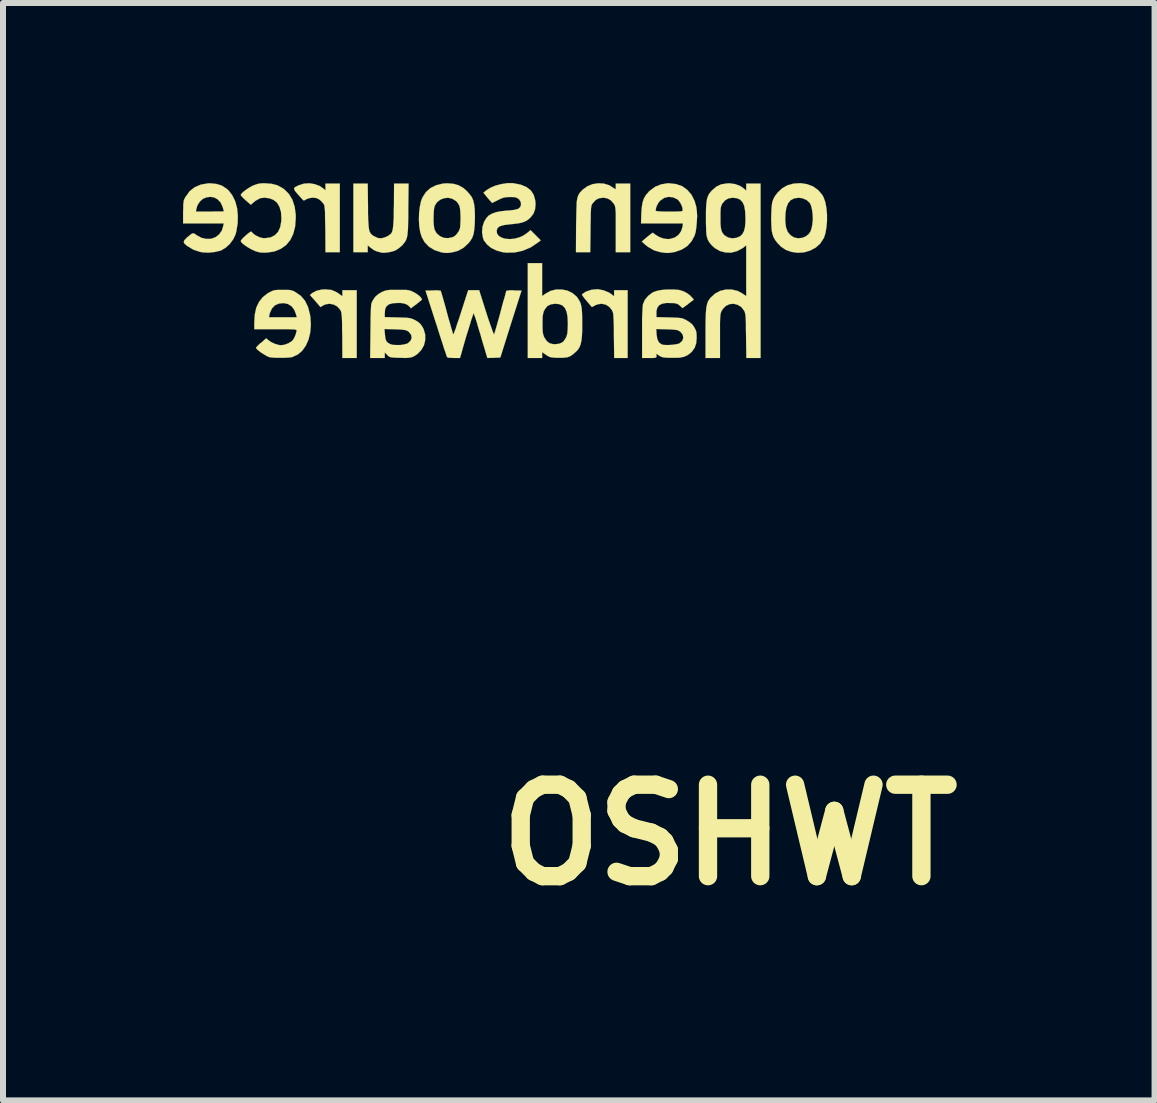
<source format=kicad_pcb>
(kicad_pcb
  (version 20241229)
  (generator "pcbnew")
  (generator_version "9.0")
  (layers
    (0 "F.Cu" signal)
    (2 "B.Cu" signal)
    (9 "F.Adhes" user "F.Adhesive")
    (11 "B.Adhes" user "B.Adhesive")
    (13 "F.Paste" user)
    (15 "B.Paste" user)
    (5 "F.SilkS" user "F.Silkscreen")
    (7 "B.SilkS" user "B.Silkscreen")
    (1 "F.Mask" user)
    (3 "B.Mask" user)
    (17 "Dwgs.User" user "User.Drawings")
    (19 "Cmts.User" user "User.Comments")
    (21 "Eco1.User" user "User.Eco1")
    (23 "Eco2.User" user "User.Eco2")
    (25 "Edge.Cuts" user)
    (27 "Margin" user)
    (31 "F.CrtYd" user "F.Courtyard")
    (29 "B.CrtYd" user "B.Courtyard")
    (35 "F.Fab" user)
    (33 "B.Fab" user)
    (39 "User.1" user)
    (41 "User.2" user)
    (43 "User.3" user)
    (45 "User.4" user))
  (footprint "OSHWT"
    (layer "F.Cu")
    (at 5.363 1.335)
    (property "Reference" "OSHWT" (at 3.747 9.525 0) (layer "F.SilkS") (effects (font (size 1.524 1.524) (thickness 0.305))))
    (attr through_hole)
    (fp_poly (pts (xy -2.469 1.58) (xy -2.588 1.58) (xy -2.708 1.58) (xy -2.71 1.201) (xy -2.713 1.09) (xy -2.713 1.001) (xy -2.715 0.932) (xy -2.718 0.881) (xy -2.723 0.846) (xy -2.725 0.82) (xy -2.733 0.8) (xy -2.741 0.782) (xy -2.748 0.772) (xy -2.794 0.721) (xy -2.857 0.688) (xy -2.926 0.676) (xy -2.995 0.688) (xy -3.028 0.704) (xy -3.073 0.732) (xy -3.16 0.63) (xy -3.249 0.531) (xy -3.211 0.498) (xy -3.139 0.46) (xy -3.048 0.439) (xy -2.985 0.437) (xy -2.888 0.447) (xy -2.802 0.485) (xy -2.756 0.516) (xy -2.708 0.551) (xy -2.708 0.5) (xy -2.708 0.45) (xy -2.588 0.45) (xy -2.469 0.45) (xy -2.469 1.016) (xy -2.469 1.58)) (stroke (width 0.003) (type solid)) (fill yes) (layer "F.SilkS"))
    (fp_poly (pts (xy -2.751 -0.183) (xy -2.87 -0.183) (xy -2.99 -0.183) (xy -2.992 -0.569) (xy -2.995 -0.683) (xy -2.997 -0.775) (xy -2.997 -0.843) (xy -3 -0.894) (xy -3.005 -0.932) (xy -3.007 -0.958) (xy -3.015 -0.975) (xy -3.023 -0.988) (xy -3.028 -0.996) (xy -3.061 -1.034) (xy -3.094 -1.062) (xy -3.142 -1.085) (xy -3.203 -1.092) (xy -3.264 -1.082) (xy -3.305 -1.067) (xy -3.335 -1.049) (xy -3.355 -1.044) (xy -3.355 -1.046) (xy -3.368 -1.057) (xy -3.396 -1.087) (xy -3.432 -1.128) (xy -3.449 -1.146) (xy -3.49 -1.194) (xy -3.51 -1.227) (xy -3.513 -1.25) (xy -3.495 -1.267) (xy -3.457 -1.288) (xy -3.429 -1.3) (xy -3.345 -1.326) (xy -3.256 -1.331) (xy -3.167 -1.316) (xy -3.084 -1.285) (xy -3.023 -1.242) (xy -2.99 -1.212) (xy -2.99 -1.267) (xy -2.99 -1.326) (xy -2.87 -1.326) (xy -2.751 -1.326) (xy -2.751 -0.754) (xy -2.751 -0.183)) (stroke (width 0.003) (type solid)) (fill yes) (layer "F.SilkS"))
    (fp_poly (pts (xy 2.045 1.58) (xy 1.933 1.58) (xy 1.821 1.58) (xy 1.816 1.209) (xy 1.816 1.095) (xy 1.814 1.008) (xy 1.811 0.94) (xy 1.808 0.889) (xy 1.806 0.851) (xy 1.801 0.826) (xy 1.793 0.803) (xy 1.783 0.785) (xy 1.783 0.782) (xy 1.74 0.729) (xy 1.681 0.691) (xy 1.613 0.676) (xy 1.544 0.686) (xy 1.496 0.706) (xy 1.466 0.724) (xy 1.448 0.732) (xy 1.448 0.729) (xy 1.438 0.719) (xy 1.415 0.691) (xy 1.379 0.65) (xy 1.364 0.632) (xy 1.328 0.589) (xy 1.3 0.551) (xy 1.285 0.528) (xy 1.283 0.523) (xy 1.295 0.511) (xy 1.326 0.49) (xy 1.356 0.472) (xy 1.448 0.442) (xy 1.547 0.434) (xy 1.643 0.452) (xy 1.735 0.49) (xy 1.77 0.513) (xy 1.819 0.551) (xy 1.819 0.5) (xy 1.819 0.45) (xy 1.933 0.45) (xy 2.045 0.45) (xy 2.045 1.016) (xy 2.045 1.58)) (stroke (width 0.003) (type solid)) (fill yes) (layer "F.SilkS"))
    (fp_poly (pts (xy 2.088 -0.183) (xy 1.968 -0.183) (xy 1.847 -0.183) (xy 1.847 -0.561) (xy 1.847 -0.676) (xy 1.847 -0.765) (xy 1.847 -0.831) (xy 1.844 -0.881) (xy 1.841 -0.917) (xy 1.836 -0.942) (xy 1.831 -0.96) (xy 1.824 -0.975) (xy 1.816 -0.988) (xy 1.768 -1.044) (xy 1.714 -1.077) (xy 1.651 -1.09) (xy 1.636 -1.09) (xy 1.57 -1.082) (xy 1.514 -1.054) (xy 1.466 -1.001) (xy 1.46 -0.996) (xy 1.453 -0.983) (xy 1.445 -0.968) (xy 1.44 -0.945) (xy 1.435 -0.914) (xy 1.433 -0.871) (xy 1.43 -0.813) (xy 1.43 -0.734) (xy 1.427 -0.632) (xy 1.427 -0.569) (xy 1.422 -0.183) (xy 1.303 -0.183) (xy 1.184 -0.183) (xy 1.186 -0.622) (xy 1.189 -0.754) (xy 1.191 -0.861) (xy 1.194 -0.947) (xy 1.196 -1.013) (xy 1.204 -1.067) (xy 1.214 -1.107) (xy 1.227 -1.138) (xy 1.242 -1.166) (xy 1.265 -1.191) (xy 1.29 -1.219) (xy 1.295 -1.224) (xy 1.372 -1.28) (xy 1.458 -1.316) (xy 1.554 -1.331) (xy 1.648 -1.326) (xy 1.74 -1.298) (xy 1.819 -1.247) (xy 1.824 -1.245) (xy 1.839 -1.232) (xy 1.847 -1.24) (xy 1.847 -1.267) (xy 1.847 -1.273) (xy 1.847 -1.326) (xy 1.968 -1.326) (xy 2.088 -1.326) (xy 2.088 -0.754) (xy 2.088 -0.183)) (stroke (width 0.003) (type solid)) (fill yes) (layer "F.SilkS"))
    (fp_poly (pts (xy -1.605 -1.326) (xy -1.61 -0.892) (xy -1.61 -0.762) (xy -1.613 -0.655) (xy -1.615 -0.572) (xy -1.621 -0.508) (xy -1.626 -0.455) (xy -1.636 -0.417) (xy -1.648 -0.384) (xy -1.664 -0.356) (xy -1.684 -0.33) (xy -1.709 -0.3) (xy -1.712 -0.297) (xy -1.755 -0.259) (xy -1.806 -0.224) (xy -1.826 -0.211) (xy -1.882 -0.193) (xy -1.946 -0.18) (xy -2.012 -0.173) (xy -2.062 -0.175) (xy -2.065 -0.178) (xy -2.139 -0.198) (xy -2.189 -0.221) (xy -2.233 -0.254) (xy -2.238 -0.257) (xy -2.286 -0.297) (xy -2.286 -0.241) (xy -2.286 -0.183) (xy -2.405 -0.183) (xy -2.525 -0.183) (xy -2.525 -0.754) (xy -2.525 -1.326) (xy -2.405 -1.326) (xy -2.286 -1.326) (xy -2.281 -0.947) (xy -2.281 -0.826) (xy -2.278 -0.726) (xy -2.273 -0.648) (xy -2.268 -0.589) (xy -2.261 -0.546) (xy -2.248 -0.513) (xy -2.233 -0.49) (xy -2.212 -0.47) (xy -2.187 -0.452) (xy -2.182 -0.45) (xy -2.116 -0.419) (xy -2.057 -0.414) (xy -1.994 -0.432) (xy -1.979 -0.439) (xy -1.943 -0.457) (xy -1.918 -0.475) (xy -1.895 -0.495) (xy -1.88 -0.523) (xy -1.869 -0.564) (xy -1.862 -0.615) (xy -1.857 -0.683) (xy -1.852 -0.772) (xy -1.852 -0.884) (xy -1.849 -0.947) (xy -1.847 -1.326) (xy -1.725 -1.326) (xy -1.605 -1.326)) (stroke (width 0.003) (type solid)) (fill yes) (layer "F.SilkS"))
    (fp_poly (pts (xy -3.485 -0.754) (xy -3.495 -0.612) (xy -3.526 -0.49) (xy -3.576 -0.386) (xy -3.645 -0.302) (xy -3.734 -0.239) (xy -3.838 -0.196) (xy -3.952 -0.178) (xy -4.011 -0.175) (xy -4.069 -0.178) (xy -4.1 -0.183) (xy -4.153 -0.198) (xy -4.211 -0.224) (xy -4.272 -0.257) (xy -4.326 -0.292) (xy -4.369 -0.325) (xy -4.397 -0.356) (xy -4.402 -0.371) (xy -4.392 -0.386) (xy -4.366 -0.417) (xy -4.328 -0.452) (xy -4.315 -0.465) (xy -4.272 -0.5) (xy -4.244 -0.521) (xy -4.227 -0.526) (xy -4.216 -0.518) (xy -4.216 -0.516) (xy -4.196 -0.495) (xy -4.163 -0.47) (xy -4.138 -0.455) (xy -4.082 -0.429) (xy -4.028 -0.417) (xy -3.993 -0.417) (xy -3.904 -0.429) (xy -3.833 -0.465) (xy -3.78 -0.521) (xy -3.744 -0.599) (xy -3.726 -0.699) (xy -3.724 -0.742) (xy -3.731 -0.853) (xy -3.757 -0.94) (xy -3.797 -1.008) (xy -3.856 -1.054) (xy -3.917 -1.079) (xy -4.003 -1.092) (xy -4.079 -1.082) (xy -4.153 -1.041) (xy -4.194 -1.008) (xy -4.234 -0.973) (xy -4.318 -1.046) (xy -4.356 -1.082) (xy -4.387 -1.115) (xy -4.402 -1.135) (xy -4.402 -1.138) (xy -4.389 -1.158) (xy -4.359 -1.189) (xy -4.315 -1.222) (xy -4.262 -1.257) (xy -4.209 -1.288) (xy -4.196 -1.293) (xy -4.143 -1.313) (xy -4.094 -1.326) (xy -4.039 -1.331) (xy -4 -1.331) (xy -3.889 -1.323) (xy -3.792 -1.298) (xy -3.708 -1.252) (xy -3.675 -1.229) (xy -3.599 -1.153) (xy -3.541 -1.057) (xy -3.503 -0.94) (xy -3.485 -0.805) (xy -3.485 -0.754)) (stroke (width 0.003) (type solid)) (fill yes) (layer "F.SilkS"))
    (fp_poly (pts (xy 5.367 -0.699) (xy 5.357 -0.592) (xy 5.339 -0.493) (xy 5.314 -0.417) (xy 5.311 -0.414) (xy 5.255 -0.328) (xy 5.179 -0.259) (xy 5.131 -0.234) (xy 5.131 -0.729) (xy 5.128 -0.81) (xy 5.118 -0.889) (xy 5.103 -0.955) (xy 5.083 -0.998) (xy 5.083 -1.001) (xy 5.027 -1.052) (xy 4.956 -1.082) (xy 4.895 -1.09) (xy 4.818 -1.079) (xy 4.76 -1.049) (xy 4.717 -0.996) (xy 4.689 -0.922) (xy 4.674 -0.823) (xy 4.674 -0.798) (xy 4.671 -0.724) (xy 4.676 -0.655) (xy 4.684 -0.599) (xy 4.684 -0.597) (xy 4.712 -0.521) (xy 4.76 -0.465) (xy 4.821 -0.427) (xy 4.889 -0.414) (xy 4.963 -0.424) (xy 5.014 -0.447) (xy 5.06 -0.483) (xy 5.093 -0.528) (xy 5.113 -0.594) (xy 5.123 -0.648) (xy 5.131 -0.729) (xy 5.131 -0.234) (xy 5.088 -0.211) (xy 4.986 -0.18) (xy 4.877 -0.173) (xy 4.775 -0.188) (xy 4.681 -0.221) (xy 4.602 -0.274) (xy 4.544 -0.333) (xy 4.506 -0.381) (xy 4.478 -0.429) (xy 4.458 -0.485) (xy 4.445 -0.551) (xy 4.44 -0.635) (xy 4.437 -0.739) (xy 4.437 -0.754) (xy 4.44 -0.861) (xy 4.445 -0.947) (xy 4.455 -1.016) (xy 4.475 -1.072) (xy 4.503 -1.123) (xy 4.539 -1.168) (xy 4.544 -1.176) (xy 4.623 -1.25) (xy 4.709 -1.298) (xy 4.811 -1.326) (xy 4.813 -1.326) (xy 4.928 -1.333) (xy 5.037 -1.316) (xy 5.136 -1.278) (xy 5.22 -1.217) (xy 5.288 -1.138) (xy 5.311 -1.095) (xy 5.339 -1.016) (xy 5.357 -0.919) (xy 5.367 -0.81) (xy 5.367 -0.699)) (stroke (width 0.003) (type solid)) (fill yes) (layer "F.SilkS"))
    (fp_poly (pts (xy -0.5 -0.754) (xy -0.503 -0.643) (xy -0.511 -0.554) (xy -0.523 -0.483) (xy -0.544 -0.424) (xy -0.574 -0.373) (xy -0.607 -0.333) (xy -0.686 -0.259) (xy -0.739 -0.229) (xy -0.739 -0.734) (xy -0.739 -0.754) (xy -0.742 -0.841) (xy -0.747 -0.904) (xy -0.757 -0.953) (xy -0.777 -0.991) (xy -0.803 -1.024) (xy -0.82 -1.039) (xy -0.879 -1.074) (xy -0.947 -1.09) (xy -1.016 -1.082) (xy -1.079 -1.057) (xy -1.133 -1.013) (xy -1.171 -0.953) (xy -1.171 -0.947) (xy -1.181 -0.904) (xy -1.186 -0.841) (xy -1.189 -0.767) (xy -1.189 -0.691) (xy -1.184 -0.625) (xy -1.176 -0.574) (xy -1.173 -0.561) (xy -1.138 -0.498) (xy -1.082 -0.45) (xy -1.019 -0.422) (xy -0.945 -0.417) (xy -0.874 -0.432) (xy -0.843 -0.447) (xy -0.813 -0.472) (xy -0.782 -0.513) (xy -0.772 -0.526) (xy -0.759 -0.554) (xy -0.749 -0.582) (xy -0.744 -0.617) (xy -0.742 -0.665) (xy -0.739 -0.734) (xy -0.739 -0.229) (xy -0.775 -0.208) (xy -0.866 -0.183) (xy -0.925 -0.173) (xy -0.97 -0.17) (xy -1.016 -0.173) (xy -1.069 -0.183) (xy -1.173 -0.218) (xy -1.265 -0.274) (xy -1.339 -0.351) (xy -1.384 -0.432) (xy -1.41 -0.513) (xy -1.427 -0.612) (xy -1.433 -0.724) (xy -1.43 -0.836) (xy -1.417 -0.942) (xy -1.397 -1.036) (xy -1.374 -1.095) (xy -1.316 -1.184) (xy -1.24 -1.252) (xy -1.143 -1.3) (xy -1.034 -1.326) (xy -0.965 -1.331) (xy -0.861 -1.323) (xy -0.772 -1.298) (xy -0.691 -1.252) (xy -0.632 -1.199) (xy -0.587 -1.148) (xy -0.551 -1.1) (xy -0.528 -1.046) (xy -0.513 -0.983) (xy -0.503 -0.904) (xy -0.5 -0.805) (xy -0.5 -0.754)) (stroke (width 0.003) (type solid)) (fill yes) (layer "F.SilkS"))
    (fp_poly (pts (xy -4.45 -0.792) (xy -4.453 -0.663) (xy -4.475 -0.531) (xy -4.488 -0.48) (xy -4.526 -0.399) (xy -4.582 -0.323) (xy -4.651 -0.259) (xy -4.684 -0.239) (xy -4.684 -0.864) (xy -4.686 -0.879) (xy -4.696 -0.912) (xy -4.704 -0.94) (xy -4.737 -1.011) (xy -4.785 -1.062) (xy -4.844 -1.095) (xy -4.907 -1.105) (xy -4.971 -1.097) (xy -5.032 -1.072) (xy -5.083 -1.026) (xy -5.123 -0.965) (xy -5.141 -0.904) (xy -5.149 -0.859) (xy -4.917 -0.859) (xy -4.839 -0.861) (xy -4.773 -0.861) (xy -4.722 -0.861) (xy -4.691 -0.864) (xy -4.684 -0.864) (xy -4.684 -0.239) (xy -4.727 -0.213) (xy -4.747 -0.206) (xy -4.841 -0.185) (xy -4.943 -0.175) (xy -5.037 -0.18) (xy -5.08 -0.188) (xy -5.189 -0.224) (xy -5.286 -0.282) (xy -5.301 -0.292) (xy -5.339 -0.325) (xy -5.352 -0.353) (xy -5.342 -0.381) (xy -5.306 -0.419) (xy -5.304 -0.422) (xy -5.255 -0.462) (xy -5.222 -0.488) (xy -5.199 -0.498) (xy -5.177 -0.493) (xy -5.154 -0.48) (xy -5.136 -0.465) (xy -5.055 -0.422) (xy -4.973 -0.404) (xy -4.895 -0.406) (xy -4.823 -0.432) (xy -4.763 -0.478) (xy -4.717 -0.541) (xy -4.694 -0.617) (xy -4.684 -0.663) (xy -5.022 -0.663) (xy -5.362 -0.663) (xy -5.362 -0.848) (xy -5.359 -0.925) (xy -5.359 -0.98) (xy -5.354 -1.019) (xy -5.349 -1.049) (xy -5.337 -1.077) (xy -5.321 -1.107) (xy -5.319 -1.107) (xy -5.253 -1.199) (xy -5.169 -1.265) (xy -5.07 -1.308) (xy -4.958 -1.328) (xy -4.917 -1.331) (xy -4.811 -1.321) (xy -4.722 -1.295) (xy -4.643 -1.245) (xy -4.602 -1.209) (xy -4.542 -1.13) (xy -4.493 -1.031) (xy -4.463 -0.917) (xy -4.45 -0.792)) (stroke (width 0.003) (type solid)) (fill yes) (layer "F.SilkS"))
    (fp_poly (pts (xy 1.288 1.008) (xy 1.288 1.125) (xy 1.283 1.219) (xy 1.275 1.293) (xy 1.262 1.351) (xy 1.245 1.397) (xy 1.219 1.438) (xy 1.189 1.471) (xy 1.135 1.519) (xy 1.085 1.552) (xy 1.049 1.565) (xy 1.049 1.008) (xy 1.044 0.897) (xy 1.029 0.813) (xy 1.001 0.749) (xy 0.96 0.706) (xy 0.907 0.683) (xy 0.838 0.676) (xy 0.765 0.686) (xy 0.706 0.716) (xy 0.663 0.772) (xy 0.66 0.78) (xy 0.645 0.808) (xy 0.638 0.841) (xy 0.63 0.879) (xy 0.627 0.932) (xy 0.627 1.008) (xy 0.627 1.085) (xy 0.63 1.138) (xy 0.635 1.176) (xy 0.645 1.209) (xy 0.658 1.242) (xy 0.66 1.242) (xy 0.699 1.3) (xy 0.749 1.336) (xy 0.813 1.351) (xy 0.856 1.349) (xy 0.909 1.341) (xy 0.95 1.323) (xy 0.973 1.306) (xy 1.003 1.267) (xy 1.026 1.224) (xy 1.041 1.168) (xy 1.046 1.095) (xy 1.049 1.008) (xy 1.049 1.565) (xy 1.029 1.57) (xy 0.96 1.577) (xy 0.886 1.577) (xy 0.823 1.575) (xy 0.777 1.57) (xy 0.744 1.562) (xy 0.716 1.547) (xy 0.683 1.527) (xy 0.62 1.481) (xy 0.62 1.532) (xy 0.62 1.58) (xy 0.5 1.58) (xy 0.381 1.58) (xy 0.381 0.79) (xy 0.381 0) (xy 0.5 0) (xy 0.62 0) (xy 0.62 0.274) (xy 0.62 0.549) (xy 0.676 0.508) (xy 0.759 0.462) (xy 0.853 0.439) (xy 0.95 0.439) (xy 1.041 0.457) (xy 1.125 0.498) (xy 1.194 0.556) (xy 1.214 0.582) (xy 1.237 0.62) (xy 1.257 0.658) (xy 1.27 0.701) (xy 1.28 0.757) (xy 1.285 0.826) (xy 1.288 0.914) (xy 1.288 1.008)) (stroke (width 0.003) (type solid)) (fill yes) (layer "F.SilkS"))
    (fp_poly (pts (xy 3.203 -0.785) (xy 3.198 -0.691) (xy 3.19 -0.599) (xy 3.178 -0.518) (xy 3.162 -0.462) (xy 3.109 -0.363) (xy 3.038 -0.284) (xy 2.946 -0.226) (xy 2.837 -0.188) (xy 2.814 -0.183) (xy 2.751 -0.173) (xy 2.7 -0.17) (xy 2.647 -0.175) (xy 2.591 -0.183) (xy 2.487 -0.213) (xy 2.388 -0.269) (xy 2.339 -0.307) (xy 2.281 -0.361) (xy 2.367 -0.434) (xy 2.408 -0.467) (xy 2.441 -0.493) (xy 2.459 -0.505) (xy 2.461 -0.508) (xy 2.477 -0.498) (xy 2.504 -0.478) (xy 2.512 -0.472) (xy 2.57 -0.437) (xy 2.639 -0.411) (xy 2.71 -0.401) (xy 2.753 -0.404) (xy 2.83 -0.427) (xy 2.893 -0.472) (xy 2.936 -0.533) (xy 2.959 -0.605) (xy 2.967 -0.663) (xy 2.962 -0.663) (xy 2.962 -0.892) (xy 2.954 -0.937) (xy 2.931 -0.991) (xy 2.901 -1.036) (xy 2.873 -1.064) (xy 2.802 -1.097) (xy 2.725 -1.105) (xy 2.654 -1.087) (xy 2.591 -1.044) (xy 2.588 -1.044) (xy 2.553 -0.998) (xy 2.525 -0.942) (xy 2.512 -0.889) (xy 2.512 -0.876) (xy 2.522 -0.869) (xy 2.555 -0.864) (xy 2.611 -0.861) (xy 2.692 -0.859) (xy 2.736 -0.859) (xy 2.822 -0.859) (xy 2.88 -0.861) (xy 2.921 -0.861) (xy 2.946 -0.866) (xy 2.957 -0.871) (xy 2.962 -0.881) (xy 2.962 -0.892) (xy 2.962 -0.663) (xy 2.616 -0.663) (xy 2.268 -0.663) (xy 2.273 -0.828) (xy 2.281 -0.932) (xy 2.294 -1.013) (xy 2.316 -1.079) (xy 2.352 -1.138) (xy 2.4 -1.194) (xy 2.421 -1.212) (xy 2.507 -1.275) (xy 2.603 -1.313) (xy 2.71 -1.331) (xy 2.736 -1.331) (xy 2.852 -1.318) (xy 2.954 -1.283) (xy 3.038 -1.222) (xy 3.109 -1.14) (xy 3.16 -1.039) (xy 3.188 -0.942) (xy 3.198 -0.871) (xy 3.203 -0.785)) (stroke (width 0.003) (type solid)) (fill yes) (layer "F.SilkS"))
    (fp_poly (pts (xy -3.233 1.029) (xy -3.244 1.156) (xy -3.272 1.273) (xy -3.317 1.374) (xy -3.376 1.458) (xy -3.449 1.521) (xy -3.467 1.529) (xy -3.467 0.902) (xy -3.477 0.864) (xy -3.508 0.78) (xy -3.553 0.719) (xy -3.614 0.681) (xy -3.686 0.665) (xy -3.764 0.673) (xy -3.83 0.701) (xy -3.881 0.754) (xy -3.917 0.831) (xy -3.922 0.853) (xy -3.932 0.902) (xy -3.701 0.902) (xy -3.467 0.902) (xy -3.467 1.529) (xy -3.538 1.562) (xy -3.541 1.565) (xy -3.579 1.57) (xy -3.637 1.575) (xy -3.706 1.577) (xy -3.78 1.577) (xy -3.846 1.575) (xy -3.899 1.57) (xy -3.922 1.567) (xy -3.965 1.549) (xy -4.013 1.521) (xy -4.061 1.491) (xy -4.105 1.458) (xy -4.135 1.43) (xy -4.148 1.41) (xy -4.138 1.397) (xy -4.112 1.369) (xy -4.074 1.333) (xy -4.061 1.326) (xy -3.978 1.252) (xy -3.945 1.28) (xy -3.894 1.316) (xy -3.828 1.346) (xy -3.762 1.364) (xy -3.731 1.367) (xy -3.67 1.359) (xy -3.604 1.333) (xy -3.551 1.3) (xy -3.536 1.285) (xy -3.513 1.25) (xy -3.49 1.199) (xy -3.475 1.148) (xy -3.47 1.125) (xy -3.472 1.118) (xy -3.48 1.11) (xy -3.495 1.107) (xy -3.523 1.102) (xy -3.569 1.102) (xy -3.63 1.1) (xy -3.713 1.1) (xy -3.823 1.1) (xy -4.176 1.1) (xy -4.176 0.996) (xy -4.168 0.859) (xy -4.143 0.742) (xy -4.097 0.645) (xy -4.034 0.566) (xy -3.95 0.5) (xy -3.917 0.483) (xy -3.881 0.465) (xy -3.846 0.452) (xy -3.807 0.447) (xy -3.754 0.445) (xy -3.703 0.445) (xy -3.635 0.445) (xy -3.586 0.447) (xy -3.551 0.455) (xy -3.515 0.467) (xy -3.49 0.483) (xy -3.401 0.544) (xy -3.332 0.625) (xy -3.282 0.726) (xy -3.249 0.851) (xy -3.241 0.894) (xy -3.233 1.029)) (stroke (width 0.003) (type solid)) (fill yes) (layer "F.SilkS"))
    (fp_poly (pts (xy 0.597 -0.381) (xy 0.556 -0.348) (xy 0.432 -0.264) (xy 0.3 -0.208) (xy 0.163 -0.178) (xy 0.025 -0.175) (xy -0.041 -0.183) (xy -0.14 -0.211) (xy -0.229 -0.254) (xy -0.297 -0.31) (xy -0.348 -0.376) (xy -0.366 -0.422) (xy -0.381 -0.516) (xy -0.373 -0.61) (xy -0.345 -0.693) (xy -0.305 -0.757) (xy -0.264 -0.798) (xy -0.213 -0.826) (xy -0.152 -0.848) (xy -0.074 -0.864) (xy 0.015 -0.874) (xy 0.084 -0.879) (xy 0.145 -0.886) (xy 0.191 -0.897) (xy 0.213 -0.902) (xy 0.254 -0.932) (xy 0.269 -0.975) (xy 0.264 -1.021) (xy 0.236 -1.064) (xy 0.221 -1.074) (xy 0.193 -1.092) (xy 0.157 -1.1) (xy 0.104 -1.102) (xy 0.081 -1.102) (xy 0.023 -1.1) (xy -0.02 -1.092) (xy -0.069 -1.074) (xy -0.114 -1.052) (xy -0.213 -1.003) (xy -0.257 -1.052) (xy -0.29 -1.09) (xy -0.32 -1.128) (xy -0.328 -1.138) (xy -0.358 -1.173) (xy -0.31 -1.214) (xy -0.241 -1.257) (xy -0.155 -1.293) (xy -0.058 -1.318) (xy 0.038 -1.333) (xy 0.132 -1.333) (xy 0.147 -1.331) (xy 0.264 -1.308) (xy 0.361 -1.267) (xy 0.432 -1.212) (xy 0.48 -1.138) (xy 0.505 -1.049) (xy 0.511 -0.988) (xy 0.503 -0.899) (xy 0.478 -0.828) (xy 0.432 -0.767) (xy 0.406 -0.742) (xy 0.371 -0.714) (xy 0.33 -0.693) (xy 0.282 -0.676) (xy 0.221 -0.663) (xy 0.14 -0.653) (xy 0.091 -0.648) (xy 0.003 -0.638) (xy -0.056 -0.625) (xy -0.099 -0.607) (xy -0.124 -0.582) (xy -0.135 -0.549) (xy -0.137 -0.538) (xy -0.13 -0.49) (xy -0.099 -0.452) (xy -0.051 -0.424) (xy 0.01 -0.406) (xy 0.084 -0.401) (xy 0.165 -0.409) (xy 0.246 -0.432) (xy 0.269 -0.442) (xy 0.31 -0.462) (xy 0.356 -0.493) (xy 0.373 -0.505) (xy 0.427 -0.551) (xy 0.513 -0.465) (xy 0.597 -0.381)) (stroke (width 0.003) (type solid)) (fill yes) (layer "F.SilkS"))
    (fp_poly (pts (xy 0.277 0.457) (xy 0.099 1.016) (xy -0.076 1.572) (xy -0.185 1.577) (xy -0.292 1.58) (xy -0.312 1.514) (xy -0.323 1.481) (xy -0.338 1.425) (xy -0.361 1.351) (xy -0.386 1.267) (xy -0.411 1.176) (xy -0.424 1.138) (xy -0.45 1.052) (xy -0.472 0.973) (xy -0.493 0.909) (xy -0.511 0.861) (xy -0.518 0.836) (xy -0.521 0.831) (xy -0.526 0.846) (xy -0.538 0.881) (xy -0.559 0.94) (xy -0.582 1.019) (xy -0.61 1.11) (xy -0.643 1.214) (xy -0.676 1.328) (xy -0.711 1.45) (xy -0.726 1.506) (xy -0.749 1.58) (xy -0.853 1.58) (xy -0.909 1.577) (xy -0.945 1.575) (xy -0.963 1.565) (xy -0.968 1.554) (xy -0.975 1.537) (xy -0.988 1.494) (xy -1.011 1.43) (xy -1.036 1.349) (xy -1.067 1.255) (xy -1.102 1.146) (xy -1.138 1.031) (xy -1.151 0.993) (xy -1.323 0.457) (xy -1.201 0.455) (xy -1.146 0.452) (xy -1.1 0.455) (xy -1.074 0.46) (xy -1.069 0.46) (xy -1.064 0.478) (xy -1.052 0.516) (xy -1.034 0.577) (xy -1.013 0.65) (xy -0.988 0.739) (xy -0.965 0.826) (xy -0.94 0.919) (xy -0.914 1.006) (xy -0.894 1.079) (xy -0.876 1.138) (xy -0.866 1.173) (xy -0.861 1.189) (xy -0.853 1.176) (xy -0.841 1.143) (xy -0.82 1.09) (xy -0.798 1.019) (xy -0.767 0.932) (xy -0.737 0.838) (xy -0.732 0.823) (xy -0.612 0.45) (xy -0.521 0.45) (xy -0.429 0.45) (xy -0.31 0.826) (xy -0.279 0.922) (xy -0.249 1.008) (xy -0.224 1.079) (xy -0.203 1.138) (xy -0.188 1.173) (xy -0.18 1.189) (xy -0.175 1.171) (xy -0.163 1.133) (xy -0.145 1.072) (xy -0.124 0.998) (xy -0.099 0.909) (xy -0.076 0.826) (xy -0.051 0.729) (xy -0.028 0.643) (xy -0.005 0.569) (xy 0.01 0.511) (xy 0.02 0.472) (xy 0.025 0.46) (xy 0.043 0.457) (xy 0.084 0.452) (xy 0.137 0.452) (xy 0.157 0.455) (xy 0.277 0.457)) (stroke (width 0.003) (type solid)) (fill yes) (layer "F.SilkS"))
    (fp_poly (pts (xy 3.195 1.24) (xy 3.188 1.333) (xy 3.162 1.41) (xy 3.117 1.473) (xy 3.081 1.506) (xy 3.033 1.539) (xy 2.977 1.562) (xy 2.972 1.562) (xy 2.972 1.245) (xy 2.964 1.194) (xy 2.929 1.148) (xy 2.916 1.138) (xy 2.896 1.125) (xy 2.87 1.115) (xy 2.832 1.11) (xy 2.779 1.105) (xy 2.705 1.102) (xy 2.7 1.102) (xy 2.522 1.097) (xy 2.527 1.189) (xy 2.54 1.267) (xy 2.568 1.323) (xy 2.614 1.354) (xy 2.629 1.359) (xy 2.675 1.364) (xy 2.736 1.364) (xy 2.799 1.359) (xy 2.855 1.351) (xy 2.898 1.341) (xy 2.913 1.333) (xy 2.957 1.293) (xy 2.972 1.245) (xy 2.972 1.562) (xy 2.911 1.575) (xy 2.824 1.577) (xy 2.761 1.577) (xy 2.69 1.575) (xy 2.642 1.57) (xy 2.609 1.562) (xy 2.583 1.549) (xy 2.568 1.539) (xy 2.525 1.509) (xy 2.525 1.544) (xy 2.525 1.562) (xy 2.517 1.572) (xy 2.499 1.577) (xy 2.464 1.58) (xy 2.405 1.58) (xy 2.286 1.58) (xy 2.286 1.163) (xy 2.286 1.031) (xy 2.286 0.917) (xy 2.291 0.82) (xy 2.294 0.749) (xy 2.299 0.699) (xy 2.301 0.683) (xy 2.332 0.61) (xy 2.388 0.544) (xy 2.459 0.49) (xy 2.487 0.478) (xy 2.532 0.462) (xy 2.586 0.45) (xy 2.654 0.442) (xy 2.71 0.439) (xy 2.819 0.439) (xy 2.906 0.447) (xy 2.979 0.47) (xy 3.04 0.503) (xy 3.089 0.541) (xy 3.119 0.574) (xy 3.142 0.599) (xy 3.145 0.61) (xy 3.132 0.62) (xy 3.101 0.643) (xy 3.061 0.673) (xy 3.051 0.683) (xy 2.959 0.749) (xy 2.918 0.711) (xy 2.891 0.688) (xy 2.857 0.673) (xy 2.812 0.665) (xy 2.786 0.665) (xy 2.69 0.663) (xy 2.619 0.676) (xy 2.57 0.701) (xy 2.54 0.742) (xy 2.525 0.798) (xy 2.525 0.823) (xy 2.525 0.899) (xy 2.733 0.904) (xy 2.817 0.907) (xy 2.875 0.909) (xy 2.921 0.914) (xy 2.954 0.919) (xy 2.985 0.932) (xy 3.015 0.945) (xy 3.028 0.953) (xy 3.084 0.988) (xy 3.127 1.026) (xy 3.152 1.064) (xy 3.175 1.105) (xy 3.188 1.14) (xy 3.193 1.181) (xy 3.195 1.24)) (stroke (width 0.003) (type solid)) (fill yes) (layer "F.SilkS"))
    (fp_poly (pts (xy -1.328 1.283) (xy -1.349 1.369) (xy -1.394 1.448) (xy -1.458 1.514) (xy -1.516 1.552) (xy -1.547 1.565) (xy -1.554 1.567) (xy -1.554 1.245) (xy -1.562 1.194) (xy -1.598 1.148) (xy -1.61 1.138) (xy -1.631 1.125) (xy -1.659 1.115) (xy -1.694 1.11) (xy -1.748 1.105) (xy -1.824 1.102) (xy -1.829 1.102) (xy -2.007 1.097) (xy -1.999 1.189) (xy -1.991 1.255) (xy -1.976 1.298) (xy -1.951 1.326) (xy -1.91 1.349) (xy -1.867 1.361) (xy -1.808 1.364) (xy -1.742 1.364) (xy -1.679 1.354) (xy -1.631 1.341) (xy -1.615 1.333) (xy -1.572 1.293) (xy -1.554 1.245) (xy -1.554 1.567) (xy -1.577 1.572) (xy -1.613 1.577) (xy -1.664 1.58) (xy -1.735 1.577) (xy -1.748 1.577) (xy -1.819 1.575) (xy -1.869 1.572) (xy -1.902 1.567) (xy -1.925 1.56) (xy -1.943 1.547) (xy -1.958 1.532) (xy -2.002 1.488) (xy -2.002 1.534) (xy -2.002 1.58) (xy -2.123 1.58) (xy -2.245 1.58) (xy -2.24 1.13) (xy -2.238 1.006) (xy -2.238 0.907) (xy -2.235 0.828) (xy -2.233 0.77) (xy -2.23 0.724) (xy -2.228 0.691) (xy -2.223 0.668) (xy -2.215 0.648) (xy -2.207 0.632) (xy -2.205 0.627) (xy -2.164 0.564) (xy -2.113 0.518) (xy -2.045 0.478) (xy -2.037 0.475) (xy -2.004 0.462) (xy -1.971 0.452) (xy -1.933 0.447) (xy -1.88 0.445) (xy -1.808 0.445) (xy -1.783 0.445) (xy -1.707 0.445) (xy -1.651 0.445) (xy -1.61 0.45) (xy -1.58 0.457) (xy -1.547 0.47) (xy -1.519 0.483) (xy -1.468 0.513) (xy -1.425 0.546) (xy -1.394 0.579) (xy -1.382 0.605) (xy -1.392 0.617) (xy -1.42 0.64) (xy -1.46 0.671) (xy -1.473 0.683) (xy -1.567 0.752) (xy -1.595 0.719) (xy -1.631 0.691) (xy -1.676 0.673) (xy -1.737 0.663) (xy -1.786 0.663) (xy -1.869 0.668) (xy -1.933 0.686) (xy -1.974 0.719) (xy -1.996 0.767) (xy -2.002 0.836) (xy -2.002 0.838) (xy -2.002 0.899) (xy -1.788 0.904) (xy -1.704 0.907) (xy -1.641 0.909) (xy -1.598 0.914) (xy -1.562 0.922) (xy -1.534 0.932) (xy -1.506 0.945) (xy -1.501 0.947) (xy -1.445 0.98) (xy -1.405 1.016) (xy -1.374 1.062) (xy -1.354 1.1) (xy -1.328 1.189) (xy -1.328 1.283)) (stroke (width 0.003) (type solid)) (fill yes) (layer "F.SilkS"))
    (fp_poly (pts (xy 4.26 1.58) (xy 4.143 1.58) (xy 4.023 1.58) (xy 4.018 1.209) (xy 4.016 1.097) (xy 4.016 1.008) (xy 4.013 0.94) (xy 4.011 0.892) (xy 4.006 0.853) (xy 4 0.828) (xy 3.995 0.808) (xy 3.985 0.792) (xy 3.985 0.79) (xy 3.937 0.729) (xy 3.876 0.693) (xy 3.81 0.676) (xy 3.744 0.683) (xy 3.683 0.711) (xy 3.635 0.759) (xy 3.614 0.79) (xy 3.604 0.81) (xy 3.597 0.831) (xy 3.592 0.853) (xy 3.589 0.886) (xy 3.586 0.93) (xy 3.584 0.988) (xy 3.584 1.067) (xy 3.584 1.166) (xy 3.584 1.217) (xy 3.584 1.58) (xy 3.465 1.58) (xy 3.343 1.58) (xy 3.343 1.173) (xy 3.343 1.039) (xy 3.345 0.93) (xy 3.348 0.843) (xy 3.353 0.775) (xy 3.36 0.719) (xy 3.371 0.676) (xy 3.383 0.64) (xy 3.401 0.61) (xy 3.424 0.579) (xy 3.429 0.574) (xy 3.5 0.508) (xy 3.586 0.462) (xy 3.683 0.439) (xy 3.78 0.439) (xy 3.876 0.462) (xy 3.95 0.5) (xy 4.021 0.549) (xy 4.021 0.124) (xy 4.021 -0.295) (xy 4.008 -0.287) (xy 4.008 -0.757) (xy 4.003 -0.866) (xy 3.988 -0.953) (xy 3.962 -1.013) (xy 3.922 -1.057) (xy 3.868 -1.082) (xy 3.797 -1.09) (xy 3.792 -1.09) (xy 3.724 -1.079) (xy 3.668 -1.046) (xy 3.619 -0.988) (xy 3.619 -0.986) (xy 3.607 -0.96) (xy 3.599 -0.935) (xy 3.594 -0.897) (xy 3.592 -0.843) (xy 3.592 -0.77) (xy 3.592 -0.754) (xy 3.592 -0.665) (xy 3.597 -0.597) (xy 3.607 -0.549) (xy 3.622 -0.511) (xy 3.645 -0.48) (xy 3.665 -0.46) (xy 3.721 -0.427) (xy 3.787 -0.414) (xy 3.856 -0.422) (xy 3.917 -0.447) (xy 3.922 -0.45) (xy 3.957 -0.485) (xy 3.983 -0.533) (xy 4 -0.599) (xy 4.008 -0.686) (xy 4.008 -0.757) (xy 4.008 -0.287) (xy 3.962 -0.251) (xy 3.868 -0.201) (xy 3.772 -0.175) (xy 3.675 -0.178) (xy 3.581 -0.203) (xy 3.498 -0.251) (xy 3.447 -0.297) (xy 3.416 -0.333) (xy 3.393 -0.368) (xy 3.376 -0.404) (xy 3.363 -0.45) (xy 3.355 -0.505) (xy 3.353 -0.577) (xy 3.35 -0.671) (xy 3.35 -0.747) (xy 3.35 -0.859) (xy 3.353 -0.947) (xy 3.36 -1.019) (xy 3.368 -1.072) (xy 3.383 -1.115) (xy 3.401 -1.153) (xy 3.429 -1.189) (xy 3.452 -1.214) (xy 3.523 -1.275) (xy 3.602 -1.313) (xy 3.696 -1.328) (xy 3.739 -1.331) (xy 3.835 -1.318) (xy 3.917 -1.288) (xy 3.978 -1.247) (xy 4.021 -1.209) (xy 4.021 -1.267) (xy 4.021 -1.326) (xy 4.14 -1.326) (xy 4.26 -1.326) (xy 4.26 0.127) (xy 4.26 1.58)) (stroke (width 0.003) (type solid)) (fill yes) (layer "F.SilkS")))
  (gr_rect
    (start -3 -3)
    (end 16.188 15.286)
    (stroke (width 0.1) (type default))
    (fill no)
    (layer "Edge.Cuts")))
</source>
